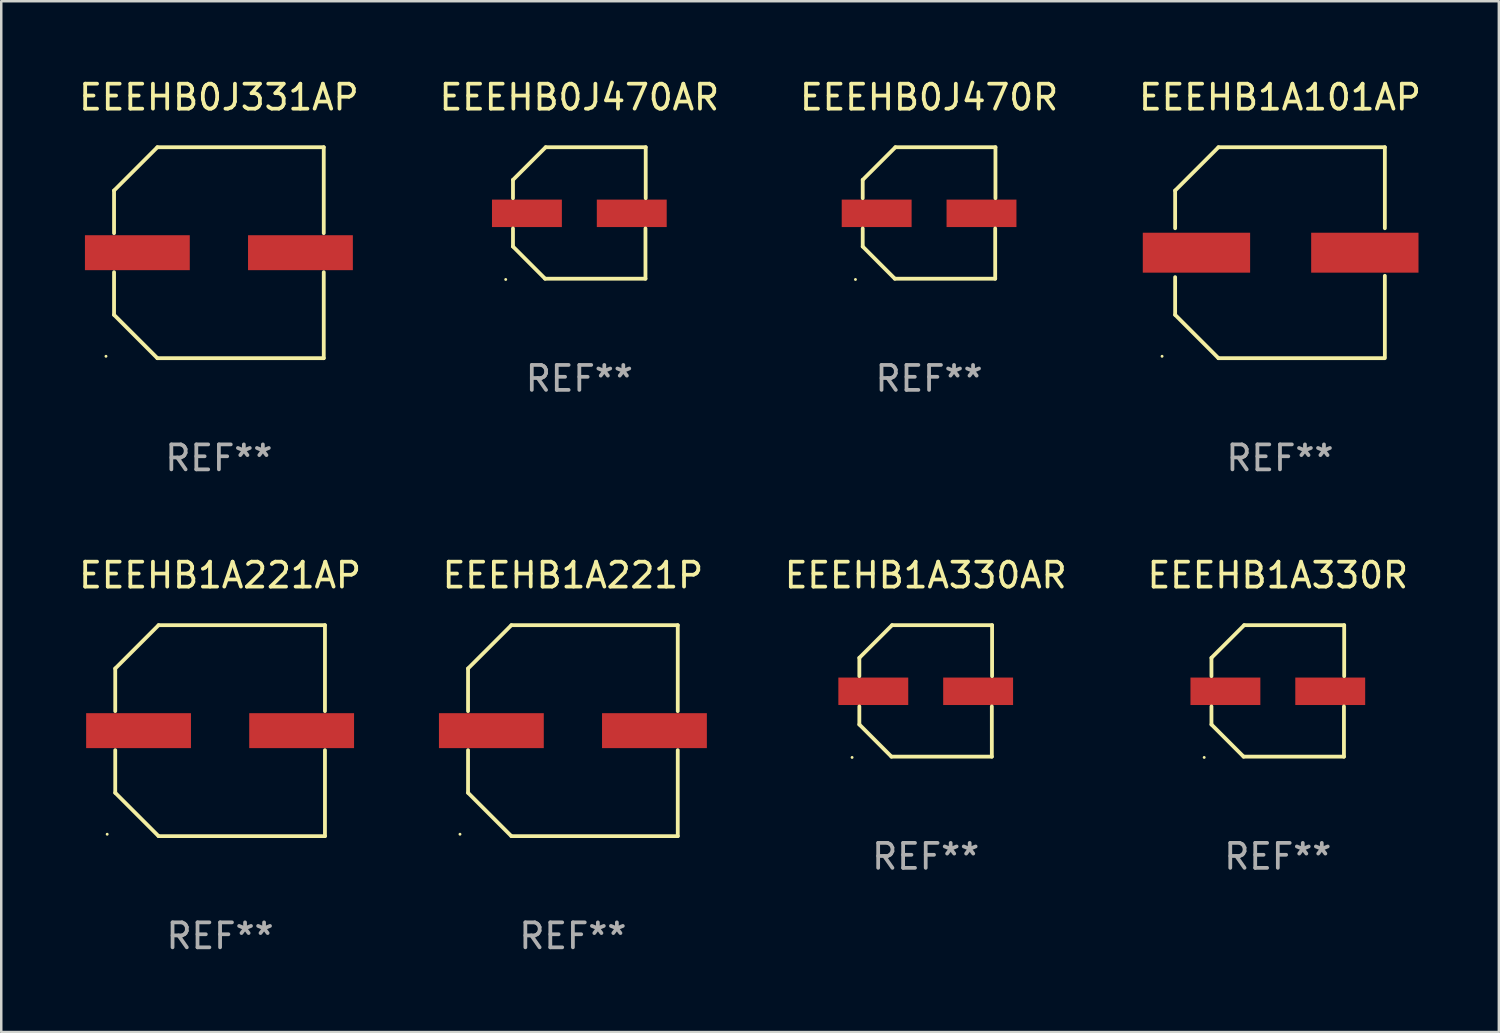
<source format=kicad_pcb>
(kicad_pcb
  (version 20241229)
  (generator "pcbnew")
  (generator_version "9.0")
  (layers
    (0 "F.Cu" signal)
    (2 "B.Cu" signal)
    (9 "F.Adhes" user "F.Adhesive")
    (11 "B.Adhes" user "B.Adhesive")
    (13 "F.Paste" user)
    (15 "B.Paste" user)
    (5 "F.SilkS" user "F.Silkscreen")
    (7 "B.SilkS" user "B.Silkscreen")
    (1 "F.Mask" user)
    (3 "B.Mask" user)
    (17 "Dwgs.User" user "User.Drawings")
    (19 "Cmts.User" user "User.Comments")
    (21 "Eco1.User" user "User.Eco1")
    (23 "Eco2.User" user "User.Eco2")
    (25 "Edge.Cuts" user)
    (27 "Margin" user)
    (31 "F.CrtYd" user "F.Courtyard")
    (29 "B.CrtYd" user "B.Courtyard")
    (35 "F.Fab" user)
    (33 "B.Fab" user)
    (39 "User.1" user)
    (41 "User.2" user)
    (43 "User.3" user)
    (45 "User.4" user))
  (footprint "EEEHB0J470AR"
    (layer "F.Cu")
    (at 20.161 5.482)
    (property "Reference" "EEEHB0J470AR" (at 0 -4.634 0) (layer "F.SilkS") (effects (font (size 1 1) (thickness 0.15))))
    (attr through_hole)
    (fp_line (start -2.659 -1.326) (end -2.659 -0.592) (stroke (width 0.152) (type solid)) (layer "F.SilkS"))
    (fp_line (start -2.659 1.346) (end -2.659 0.622) (stroke (width 0.152) (type solid)) (layer "F.SilkS"))
    (fp_line (start -1.372 2.634) (end -2.659 1.346) (stroke (width 0.152) (type solid)) (layer "F.SilkS"))
    (fp_line (start -1.349 -2.634) (end -2.659 -1.326) (stroke (width 0.152) (type solid)) (layer "F.SilkS"))
    (fp_line (start 2.649 0.622) (end 2.649 2.634) (stroke (width 0.152) (type solid)) (layer "F.SilkS"))
    (fp_line (start 2.649 2.634) (end -1.372 2.634) (stroke (width 0.152) (type solid)) (layer "F.SilkS"))
    (fp_line (start 2.659 -2.634) (end -1.349 -2.634) (stroke (width 0.152) (type solid)) (layer "F.SilkS"))
    (fp_line (start 2.659 -0.592) (end 2.659 -2.634) (stroke (width 0.152) (type solid)) (layer "F.SilkS"))
    (fp_circle (center -2.95 2.665) (end -2.92 2.665) (stroke (width 0.06) (type solid)) (fill no) (layer "F.SilkS"))
    (fp_text user "REF**" (at 0 6.634 0) (layer "F.Fab") (effects (font (size 1 1) (thickness 0.15))))
    (pad "1" smd rect (at -2.1 0.015) (size 2.8 1.1) (layers "F.Cu" "F.Mask" "F.Paste"))
    (pad "2" smd rect (at 2.1 0.015) (size 2.8 1.1) (layers "F.Cu" "F.Mask" "F.Paste")))
  (footprint "EEEHB1A330R"
    (layer "F.Cu")
    (at 48.145 24.631)
    (property "Reference" "EEEHB1A330R" (at 0 -4.634 0) (layer "F.SilkS") (effects (font (size 1 1) (thickness 0.15))))
    (attr through_hole)
    (fp_line (start -2.659 -1.326) (end -2.659 -0.592) (stroke (width 0.152) (type solid)) (layer "F.SilkS"))
    (fp_line (start -2.659 1.346) (end -2.659 0.622) (stroke (width 0.152) (type solid)) (layer "F.SilkS"))
    (fp_line (start -1.372 2.634) (end -2.659 1.346) (stroke (width 0.152) (type solid)) (layer "F.SilkS"))
    (fp_line (start -1.349 -2.634) (end -2.659 -1.326) (stroke (width 0.152) (type solid)) (layer "F.SilkS"))
    (fp_line (start 2.649 0.622) (end 2.649 2.634) (stroke (width 0.152) (type solid)) (layer "F.SilkS"))
    (fp_line (start 2.649 2.634) (end -1.372 2.634) (stroke (width 0.152) (type solid)) (layer "F.SilkS"))
    (fp_line (start 2.659 -2.634) (end -1.349 -2.634) (stroke (width 0.152) (type solid)) (layer "F.SilkS"))
    (fp_line (start 2.659 -0.592) (end 2.659 -2.634) (stroke (width 0.152) (type solid)) (layer "F.SilkS"))
    (fp_circle (center -2.95 2.665) (end -2.92 2.665) (stroke (width 0.06) (type solid)) (fill no) (layer "F.SilkS"))
    (fp_text user "REF**" (at 0 6.634 0) (layer "F.Fab") (effects (font (size 1 1) (thickness 0.15))))
    (pad "1" smd rect (at -2.1 0.015) (size 2.8 1.1) (layers "F.Cu" "F.Mask" "F.Paste"))
    (pad "2" smd rect (at 2.1 0.015) (size 2.8 1.1) (layers "F.Cu" "F.Mask" "F.Paste")))
  (footprint "EEEHB0J331AP"
    (layer "F.Cu")
    (at 5.72 7.074)
    (property "Reference" "EEEHB0J331AP" (at 0 -6.226 0) (layer "F.SilkS") (effects (font (size 1 1) (thickness 0.15))))
    (attr through_hole)
    (fp_line (start -4.201 -2.49) (end -4.201 -0.782) (stroke (width 0.152) (type solid)) (layer "F.SilkS"))
    (fp_line (start -4.201 2.49) (end -4.201 0.782) (stroke (width 0.152) (type solid)) (layer "F.SilkS"))
    (fp_line (start -2.465 -4.226) (end -4.201 -2.49) (stroke (width 0.152) (type solid)) (layer "F.SilkS"))
    (fp_line (start -2.465 4.226) (end -4.201 2.49) (stroke (width 0.152) (type solid)) (layer "F.SilkS"))
    (fp_line (start 4.201 -4.226) (end -2.465 -4.226) (stroke (width 0.152) (type solid)) (layer "F.SilkS"))
    (fp_line (start 4.201 -0.782) (end 4.201 -4.226) (stroke (width 0.152) (type solid)) (layer "F.SilkS"))
    (fp_line (start 4.201 0.782) (end 4.201 4.226) (stroke (width 0.152) (type solid)) (layer "F.SilkS"))
    (fp_line (start 4.201 4.226) (end -2.465 4.226) (stroke (width 0.152) (type solid)) (layer "F.SilkS"))
    (fp_circle (center -4.524 4.15) (end -4.494 4.15) (stroke (width 0.06) (type solid)) (fill no) (layer "F.SilkS"))
    (fp_text user "REF**" (at 0 8.226 0) (layer "F.Fab") (effects (font (size 1 1) (thickness 0.15))))
    (pad "1" smd rect (at -3.267 0) (size 4.2 1.4) (layers "F.Cu" "F.Mask" "F.Paste"))
    (pad "2" smd rect (at 3.267 0) (size 4.2 1.4) (layers "F.Cu" "F.Mask" "F.Paste")))
  (footprint "EEEHB0J470R"
    (layer "F.Cu")
    (at 34.173 5.482)
    (property "Reference" "EEEHB0J470R" (at 0 -4.634 0) (layer "F.SilkS") (effects (font (size 1 1) (thickness 0.15))))
    (attr through_hole)
    (fp_line (start -2.659 -1.326) (end -2.659 -0.592) (stroke (width 0.152) (type solid)) (layer "F.SilkS"))
    (fp_line (start -2.659 1.346) (end -2.659 0.622) (stroke (width 0.152) (type solid)) (layer "F.SilkS"))
    (fp_line (start -1.372 2.634) (end -2.659 1.346) (stroke (width 0.152) (type solid)) (layer "F.SilkS"))
    (fp_line (start -1.349 -2.634) (end -2.659 -1.326) (stroke (width 0.152) (type solid)) (layer "F.SilkS"))
    (fp_line (start 2.649 0.622) (end 2.649 2.634) (stroke (width 0.152) (type solid)) (layer "F.SilkS"))
    (fp_line (start 2.649 2.634) (end -1.372 2.634) (stroke (width 0.152) (type solid)) (layer "F.SilkS"))
    (fp_line (start 2.659 -2.634) (end -1.349 -2.634) (stroke (width 0.152) (type solid)) (layer "F.SilkS"))
    (fp_line (start 2.659 -0.592) (end 2.659 -2.634) (stroke (width 0.152) (type solid)) (layer "F.SilkS"))
    (fp_circle (center -2.95 2.665) (end -2.92 2.665) (stroke (width 0.06) (type solid)) (fill no) (layer "F.SilkS"))
    (fp_text user "REF**" (at 0 6.634 0) (layer "F.Fab") (effects (font (size 1 1) (thickness 0.15))))
    (pad "1" smd rect (at -2.1 0.015) (size 2.8 1.1) (layers "F.Cu" "F.Mask" "F.Paste"))
    (pad "2" smd rect (at 2.1 0.015) (size 2.8 1.1) (layers "F.Cu" "F.Mask" "F.Paste")))
  (footprint "EEEHB1A101AP"
    (layer "F.Cu")
    (at 48.232 7.074)
    (property "Reference" "EEEHB1A101AP" (at 0 -6.226 0) (layer "F.SilkS") (effects (font (size 1 1) (thickness 0.15))))
    (attr through_hole)
    (fp_line (start -4.201 -0.98) (end -4.201 -2.49) (stroke (width 0.152) (type solid)) (layer "F.SilkS"))
    (fp_line (start -4.201 2.49) (end -4.201 0.98) (stroke (width 0.152) (type solid)) (layer "F.SilkS"))
    (fp_line (start -2.465 -4.226) (end -4.201 -2.49) (stroke (width 0.152) (type solid)) (layer "F.SilkS"))
    (fp_line (start -2.465 4.226) (end -4.201 2.49) (stroke (width 0.152) (type solid)) (layer "F.SilkS"))
    (fp_line (start 4.201 -4.226) (end -2.465 -4.226) (stroke (width 0.152) (type solid)) (layer "F.SilkS"))
    (fp_line (start 4.201 -4.226) (end 4.201 -0.98) (stroke (width 0.152) (type solid)) (layer "F.SilkS"))
    (fp_line (start 4.201 0.926) (end 4.201 4.172) (stroke (width 0.152) (type solid)) (layer "F.SilkS"))
    (fp_line (start 4.201 4.226) (end -2.465 4.226) (stroke (width 0.152) (type solid)) (layer "F.SilkS"))
    (fp_circle (center -4.725 4.15) (end -4.695 4.15) (stroke (width 0.06) (type solid)) (fill no) (layer "F.SilkS"))
    (fp_text user "REF**" (at 0 8.226 0) (layer "F.Fab") (effects (font (size 1 1) (thickness 0.15))))
    (pad "1" smd rect (at -3.347 0) (size 4.3 1.6) (layers "F.Cu" "F.Mask" "F.Paste"))
    (pad "2" smd rect (at 3.399 0) (size 4.3 1.6) (layers "F.Cu" "F.Mask" "F.Paste")))
  (footprint "EEEHB1A221AP"
    (layer "F.Cu")
    (at 5.768 26.223)
    (property "Reference" "EEEHB1A221AP" (at 0 -6.226 0) (layer "F.SilkS") (effects (font (size 1 1) (thickness 0.15))))
    (attr through_hole)
    (fp_line (start -4.201 -2.49) (end -4.201 -0.782) (stroke (width 0.152) (type solid)) (layer "F.SilkS"))
    (fp_line (start -4.201 2.49) (end -4.201 0.782) (stroke (width 0.152) (type solid)) (layer "F.SilkS"))
    (fp_line (start -2.465 -4.226) (end -4.201 -2.49) (stroke (width 0.152) (type solid)) (layer "F.SilkS"))
    (fp_line (start -2.465 4.226) (end -4.201 2.49) (stroke (width 0.152) (type solid)) (layer "F.SilkS"))
    (fp_line (start 4.201 -4.226) (end -2.465 -4.226) (stroke (width 0.152) (type solid)) (layer "F.SilkS"))
    (fp_line (start 4.201 -0.782) (end 4.201 -4.226) (stroke (width 0.152) (type solid)) (layer "F.SilkS"))
    (fp_line (start 4.201 0.782) (end 4.201 4.226) (stroke (width 0.152) (type solid)) (layer "F.SilkS"))
    (fp_line (start 4.201 4.226) (end -2.465 4.226) (stroke (width 0.152) (type solid)) (layer "F.SilkS"))
    (fp_circle (center -4.524 4.15) (end -4.494 4.15) (stroke (width 0.06) (type solid)) (fill no) (layer "F.SilkS"))
    (fp_text user "REF**" (at 0 8.226 0) (layer "F.Fab") (effects (font (size 1 1) (thickness 0.15))))
    (pad "1" smd rect (at -3.267 0) (size 4.2 1.4) (layers "F.Cu" "F.Mask" "F.Paste"))
    (pad "2" smd rect (at 3.267 0) (size 4.2 1.4) (layers "F.Cu" "F.Mask" "F.Paste")))
  (footprint "EEEHB1A330AR"
    (layer "F.Cu")
    (at 34.038 24.631)
    (property "Reference" "EEEHB1A330AR" (at 0 -4.634 0) (layer "F.SilkS") (effects (font (size 1 1) (thickness 0.15))))
    (attr through_hole)
    (fp_line (start -2.659 -1.326) (end -2.659 -0.592) (stroke (width 0.152) (type solid)) (layer "F.SilkS"))
    (fp_line (start -2.659 1.346) (end -2.659 0.622) (stroke (width 0.152) (type solid)) (layer "F.SilkS"))
    (fp_line (start -1.372 2.634) (end -2.659 1.346) (stroke (width 0.152) (type solid)) (layer "F.SilkS"))
    (fp_line (start -1.349 -2.634) (end -2.659 -1.326) (stroke (width 0.152) (type solid)) (layer "F.SilkS"))
    (fp_line (start 2.649 0.622) (end 2.649 2.634) (stroke (width 0.152) (type solid)) (layer "F.SilkS"))
    (fp_line (start 2.649 2.634) (end -1.372 2.634) (stroke (width 0.152) (type solid)) (layer "F.SilkS"))
    (fp_line (start 2.659 -2.634) (end -1.349 -2.634) (stroke (width 0.152) (type solid)) (layer "F.SilkS"))
    (fp_line (start 2.659 -0.592) (end 2.659 -2.634) (stroke (width 0.152) (type solid)) (layer "F.SilkS"))
    (fp_circle (center -2.95 2.665) (end -2.92 2.665) (stroke (width 0.06) (type solid)) (fill no) (layer "F.SilkS"))
    (fp_text user "REF**" (at 0 6.634 0) (layer "F.Fab") (effects (font (size 1 1) (thickness 0.15))))
    (pad "1" smd rect (at -2.1 0.015) (size 2.8 1.1) (layers "F.Cu" "F.Mask" "F.Paste"))
    (pad "2" smd rect (at 2.1 0.015) (size 2.8 1.1) (layers "F.Cu" "F.Mask" "F.Paste")))
  (footprint "EEEHB1A221P"
    (layer "F.Cu")
    (at 19.903 26.223)
    (property "Reference" "EEEHB1A221P" (at 0 -6.226 0) (layer "F.SilkS") (effects (font (size 1 1) (thickness 0.15))))
    (attr through_hole)
    (fp_line (start -4.201 -2.49) (end -4.201 -0.782) (stroke (width 0.152) (type solid)) (layer "F.SilkS"))
    (fp_line (start -4.201 2.49) (end -4.201 0.782) (stroke (width 0.152) (type solid)) (layer "F.SilkS"))
    (fp_line (start -2.465 -4.226) (end -4.201 -2.49) (stroke (width 0.152) (type solid)) (layer "F.SilkS"))
    (fp_line (start -2.465 4.226) (end -4.201 2.49) (stroke (width 0.152) (type solid)) (layer "F.SilkS"))
    (fp_line (start 4.201 -4.226) (end -2.465 -4.226) (stroke (width 0.152) (type solid)) (layer "F.SilkS"))
    (fp_line (start 4.201 -0.782) (end 4.201 -4.226) (stroke (width 0.152) (type solid)) (layer "F.SilkS"))
    (fp_line (start 4.201 0.782) (end 4.201 4.226) (stroke (width 0.152) (type solid)) (layer "F.SilkS"))
    (fp_line (start 4.201 4.226) (end -2.465 4.226) (stroke (width 0.152) (type solid)) (layer "F.SilkS"))
    (fp_circle (center -4.524 4.15) (end -4.494 4.15) (stroke (width 0.06) (type solid)) (fill no) (layer "F.SilkS"))
    (fp_text user "REF**" (at 0 8.226 0) (layer "F.Fab") (effects (font (size 1 1) (thickness 0.15))))
    (pad "1" smd rect (at -3.267 0) (size 4.2 1.4) (layers "F.Cu" "F.Mask" "F.Paste"))
    (pad "2" smd rect (at 3.267 0) (size 4.2 1.4) (layers "F.Cu" "F.Mask" "F.Paste")))
  (gr_rect
    (start -3 -3)
    (end 57 38.298)
    (stroke (width 0.1) (type default))
    (fill no)
    (layer "Edge.Cuts")))
</source>
